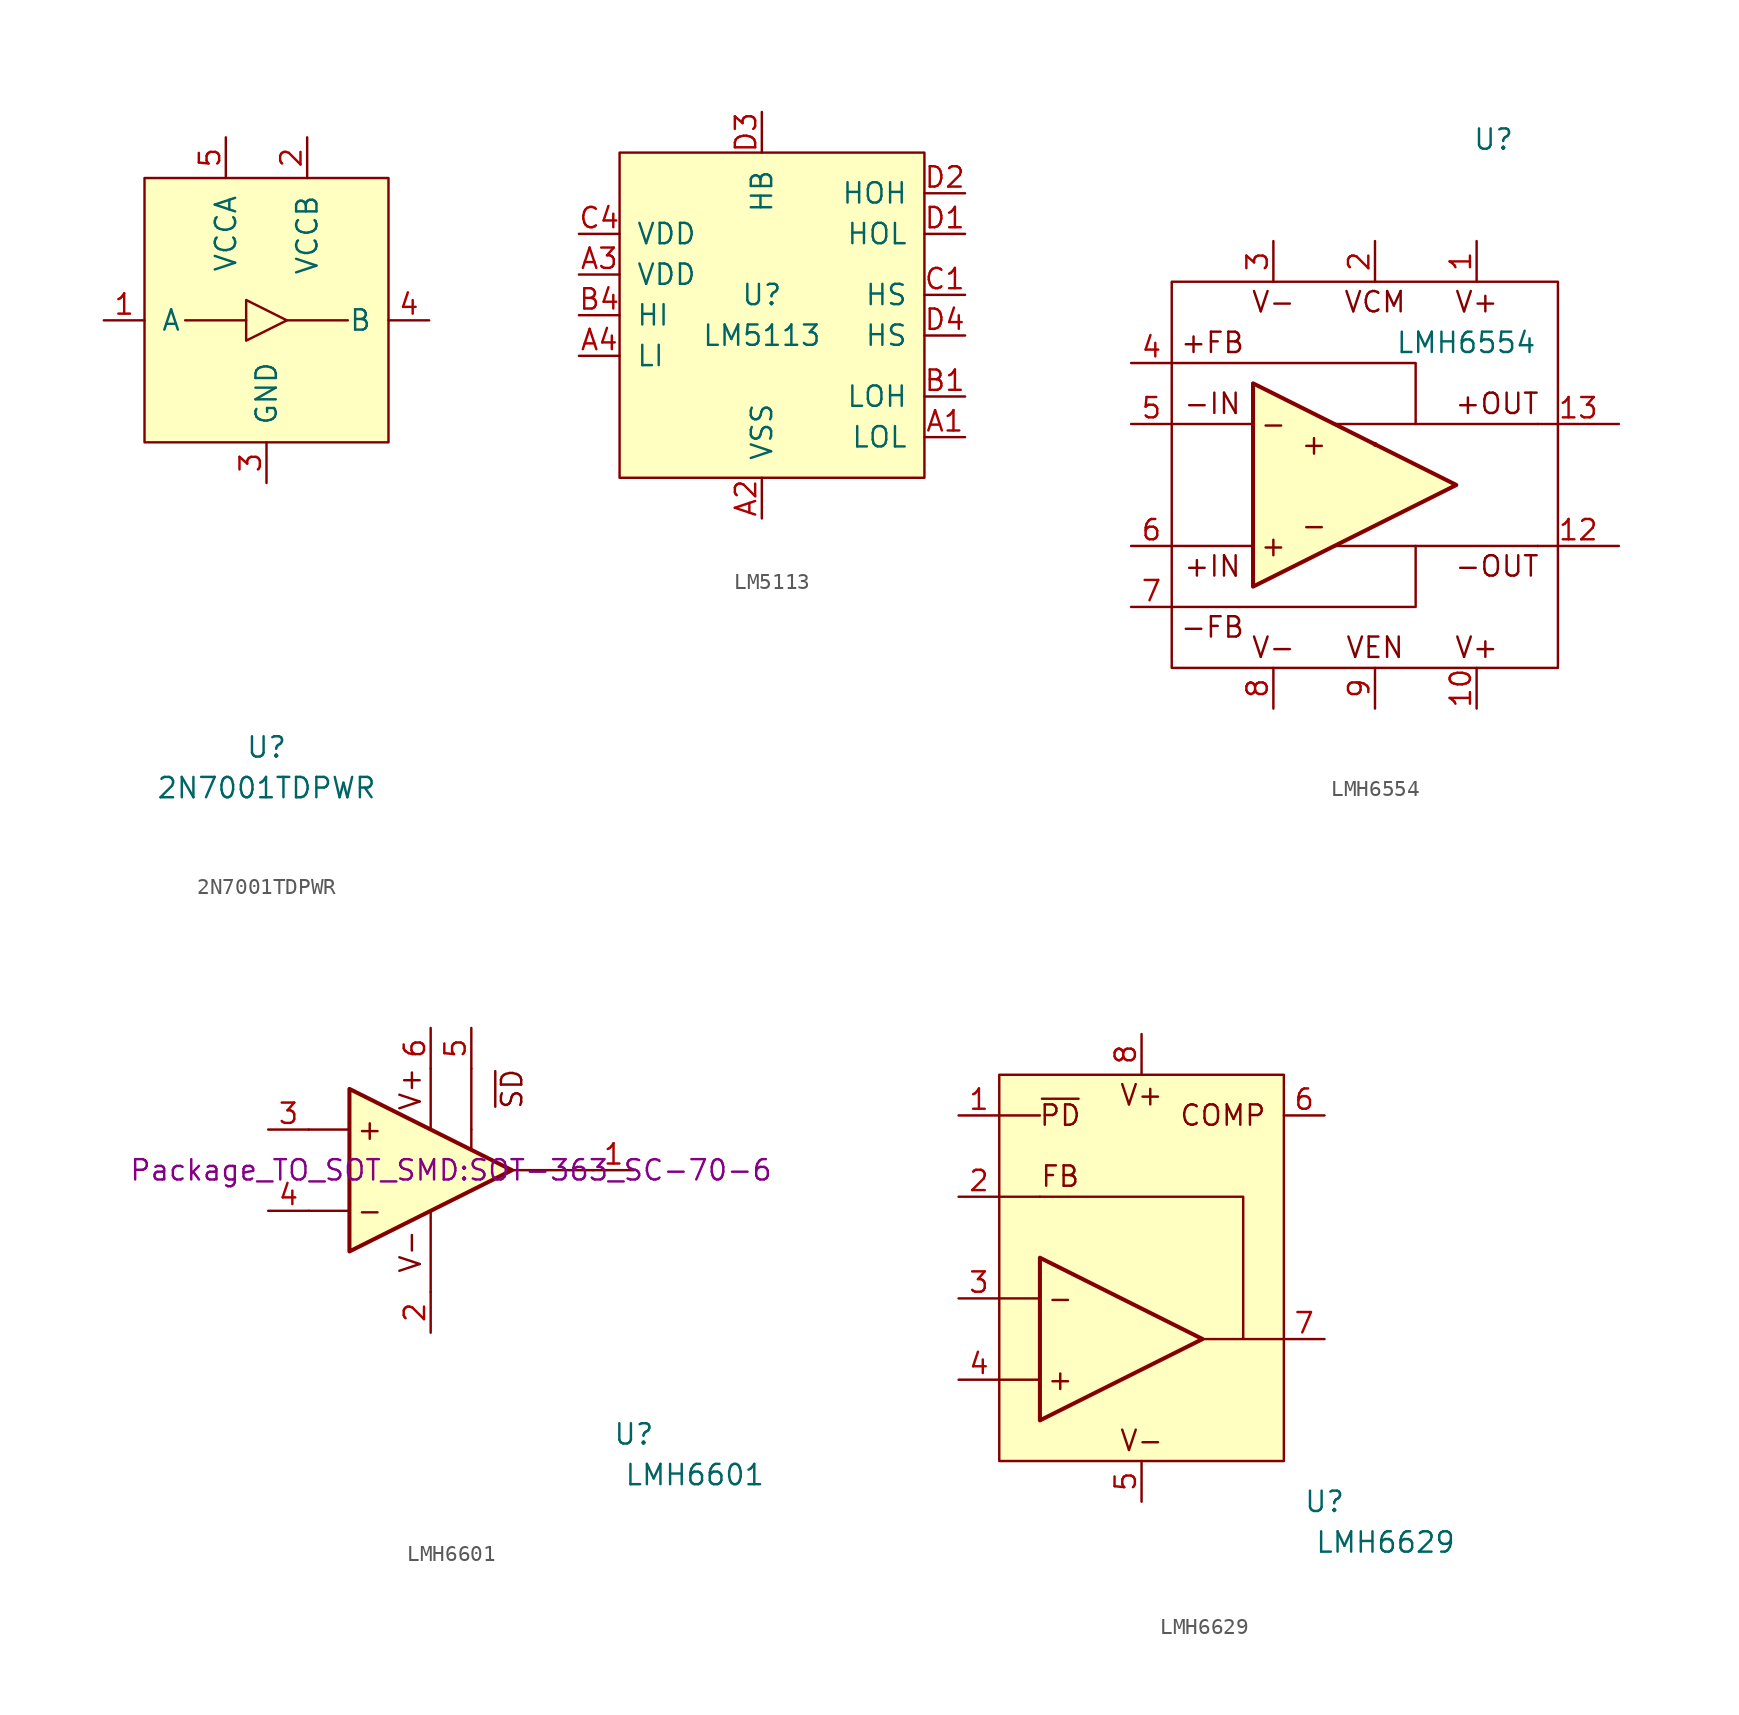
<source format=kicad_sym>
(kicad_symbol_lib
  (version 20220914)
  (generator kicad_symbol_editor)
  (symbol "2N7001TDPWR"
    (pin_names
      (offset 1.016))
    (property "Reference" "U"
      (at 0 -26.67 0)
      (effects (font (size 1.27 1.27))))
    (property "Value" "2N7001TDPWR"
      (at 0 -29.21 0)
      (effects (font (size 1.27 1.27))))
    (symbol "2N7001TDPWR_0_1"
      (rectangle (start -7.62 8.89) (end 7.62 -7.62) (stroke (width 0) (type solid)) (fill (type background)))
      (polyline (pts (xy -1.27 0) (xy -5.08 0)) (stroke (width 0) (type solid)) (fill (type none)))
      (polyline (pts (xy 1.27 0) (xy 5.08 0)) (stroke (width 0) (type solid)) (fill (type none)))
      (polyline (pts (xy -1.27 1.27) (xy -1.27 -1.27) (xy 1.27 0) (xy -1.27 1.27)) (stroke (width 0) (type solid)) (fill (type none))))
    (symbol "2N7001TDPWR_1_1"
      (pin input line (at -10.16 0 0) (length 2.54) (name "A" (effects (font (size 1.27 1.27)))) (number "1" (effects (font (size 1.27 1.27)))))
      (pin power_in line (at 2.54 11.43 270) (length 2.54) (name "VCCB" (effects (font (size 1.27 1.27)))) (number "2" (effects (font (size 1.27 1.27)))))
      (pin power_in line (at 0 -10.16 90) (length 2.54) (name "GND" (effects (font (size 1.27 1.27)))) (number "3" (effects (font (size 1.27 1.27)))))
      (pin output line (at 10.16 0 180) (length 2.54) (name "B" (effects (font (size 1.27 1.27)))) (number "4" (effects (font (size 1.27 1.27)))))
      (pin power_in line (at -2.54 11.43 270) (length 2.54) (name "VCCA" (effects (font (size 1.27 1.27)))) (number "5" (effects (font (size 1.27 1.27)))))))
  (symbol "LM5113"
    (pin_names
      (offset 1.016))
    (property "Reference" "U"
      (at 0 1.27 0)
      (effects (font (size 1.27 1.27))))
    (property "Value" "LM5113"
      (at 0 -1.27 0)
      (effects (font (size 1.27 1.27))))
    (symbol "LM5113_0_1"
      (rectangle (start -8.89 10.16) (end 10.16 -10.16) (stroke (width 0) (type solid)) (fill (type background))))
    (symbol "LM5113_1_1"
      (pin output line (at 12.7 -7.62 180) (length 2.54) (name "LOL" (effects (font (size 1.27 1.27)))) (number "A1" (effects (font (size 1.27 1.27)))))
      (pin power_in line (at 0 -12.7 90) (length 2.54) (name "VSS" (effects (font (size 1.27 1.27)))) (number "A2" (effects (font (size 1.27 1.27)))))
      (pin power_in line (at -11.43 2.54 0) (length 2.54) (name "VDD" (effects (font (size 1.27 1.27)))) (number "A3" (effects (font (size 1.27 1.27)))))
      (pin input line (at -11.43 -2.54 0) (length 2.54) (name "LI" (effects (font (size 1.27 1.27)))) (number "A4" (effects (font (size 1.27 1.27)))))
      (pin output line (at 12.7 -5.08 180) (length 2.54) (name "LOH" (effects (font (size 1.27 1.27)))) (number "B1" (effects (font (size 1.27 1.27)))))
      (pin input line (at -11.43 0 0) (length 2.54) (name "HI" (effects (font (size 1.27 1.27)))) (number "B4" (effects (font (size 1.27 1.27)))))
      (pin passive line (at 12.7 1.27 180) (length 2.54) (name "HS" (effects (font (size 1.27 1.27)))) (number "C1" (effects (font (size 1.27 1.27)))))
      (pin power_in line (at -11.43 5.08 0) (length 2.54) (name "VDD" (effects (font (size 1.27 1.27)))) (number "C4" (effects (font (size 1.27 1.27)))))
      (pin output line (at 12.7 5.08 180) (length 2.54) (name "HOL" (effects (font (size 1.27 1.27)))) (number "D1" (effects (font (size 1.27 1.27)))))
      (pin output line (at 12.7 7.62 180) (length 2.54) (name "HOH" (effects (font (size 1.27 1.27)))) (number "D2" (effects (font (size 1.27 1.27)))))
      (pin output line (at 0 12.7 270) (length 2.54) (name "HB" (effects (font (size 1.27 1.27)))) (number "D3" (effects (font (size 1.27 1.27)))))
      (pin passive line (at 12.7 -1.27 180) (length 2.54) (name "HS" (effects (font (size 1.27 1.27)))) (number "D4" (effects (font (size 1.27 1.27)))))))
  (symbol "LMH6554"
    (pin_names
      (offset 0.254))
    (property "Reference" "U"
      (at 8.636 21.59 0)
      (effects (font (size 1.27 1.27)) (justify left)))
    (property "Value" "LMH6554"
      (at 3.81 8.89 0)
      (effects (font (size 1.27 1.27)) (justify left)))
    (symbol "LMH6554_0_1"
      (polyline (pts (xy -5.08 -3.81) (xy -10.16 -3.81)) (stroke (width 0) (type default)) (fill (type none)))
      (polyline (pts (xy -5.08 3.81) (xy -10.16 3.81)) (stroke (width 0) (type default)) (fill (type none)))
      (polyline (pts (xy 0 -3.81) (xy 12.7 -3.81)) (stroke (width 0) (type default)) (fill (type none)))
      (polyline (pts (xy 0 3.81) (xy 12.7 3.81)) (stroke (width 0) (type default)) (fill (type none)))
      (polyline (pts (xy 7.62 0) (xy -5.08 6.35) (xy -5.08 -6.35) (xy 7.62 0)) (stroke (width 0.254) (type default)) (fill (type background)))
      (circle (center 2.54 2.54) (radius 0.0001) (stroke (width 0) (type default)) (fill (type none))))
    (symbol "LMH6554_1_1"
      (rectangle (start -10.16 12.7) (end 13.97 -11.43) (stroke (width 0) (type default)) (fill (type none)))
      (polyline (pts (xy -10.16 -7.62) (xy 5.08 -7.62) (xy 5.08 -3.81)) (stroke (width 0) (type default)) (fill (type none)))
      (polyline (pts (xy -10.16 7.62) (xy 5.08 7.62) (xy 5.08 3.81)) (stroke (width 0) (type default)) (fill (type none)))
      (text "+" (at -3.81 -3.81 0) (effects (font (size 1.27 1.27))))
      (text "+" (at -1.27 2.54 0) (effects (font (size 1.27 1.27))))
      (text "+FB" (at -7.62 8.89 0) (effects (font (size 1.27 1.27))))
      (text "+IN" (at -7.62 -5.08 0) (effects (font (size 1.27 1.27))))
      (text "+OUT" (at 10.16 5.08 0) (effects (font (size 1.27 1.27))))
      (text "-" (at -3.81 3.81 0) (effects (font (size 1.27 1.27))))
      (text "-" (at -1.27 -2.54 0) (effects (font (size 1.27 1.27))))
      (text "-FB" (at -7.62 -8.89 0) (effects (font (size 1.27 1.27))))
      (text "-IN" (at -7.62 5.08 0) (effects (font (size 1.27 1.27))))
      (text "-OUT" (at 10.16 -5.08 0) (effects (font (size 1.27 1.27))))
      (text "V+" (at 8.89 -10.16 0) (effects (font (size 1.27 1.27))))
      (text "V+" (at 8.89 11.43 0) (effects (font (size 1.27 1.27))))
      (text "V-" (at -3.81 -10.16 0) (effects (font (size 1.27 1.27))))
      (text "V-" (at -3.81 11.43 0) (effects (font (size 1.27 1.27))))
      (text "VCM" (at 2.54 11.43 0) (effects (font (size 1.27 1.27))))
      (text "VEN" (at 2.54 -10.16 0) (effects (font (size 1.27 1.27))))
      (pin power_in line (at 8.89 15.24 270) (length 2.54) (name "V+" (effects (font (size 0 0)))) (number "1" (effects (font (size 1.27 1.27)))))
      (pin power_in line (at 8.89 -13.97 90) (length 2.54) (name "V+" (effects (font (size 0 0)))) (number "10" (effects (font (size 1.27 1.27)))))
      (pin no_connect line (at 5.08 0 180) (length 5.08) hide (name "NC" (effects (font (size 0 0)))) (number "11" (effects (font (size 1.27 1.27)))))
      (pin output line (at 17.78 -3.81 180) (length 5.08) (name "-OUT" (effects (font (size 0 0)))) (number "12" (effects (font (size 1.27 1.27)))))
      (pin output line (at 17.78 3.81 180) (length 5.08) (name "+OUT" (effects (font (size 0 0)))) (number "13" (effects (font (size 1.27 1.27)))))
      (pin no_connect line (at 5.08 0 180) (length 2.54) hide (name "NC" (effects (font (size 1.27 1.27)))) (number "14" (effects (font (size 1.27 1.27)))))
      (pin input line (at 2.54 15.24 270) (length 2.54) (name "VCM" (effects (font (size 0 0)))) (number "2" (effects (font (size 1.27 1.27)))))
      (pin power_in line (at -3.81 15.24 270) (length 2.54) (name "V-" (effects (font (size 0 0)))) (number "3" (effects (font (size 1.27 1.27)))))
      (pin output line (at -12.7 7.62 0) (length 2.54) (name "+FB" (effects (font (size 0 0)))) (number "4" (effects (font (size 1.27 1.27)))))
      (pin input line (at -12.7 3.81 0) (length 2.54) (name "-IN" (effects (font (size 0 0)))) (number "5" (effects (font (size 1.27 1.27)))))
      (pin input line (at -12.7 -3.81 0) (length 2.54) (name "+IN" (effects (font (size 0 0)))) (number "6" (effects (font (size 1.27 1.27)))))
      (pin output line (at -12.7 -7.62 0) (length 2.54) (name "-FB" (effects (font (size 0 0)))) (number "7" (effects (font (size 1.27 1.27)))))
      (pin power_in line (at -3.81 -13.97 90) (length 2.54) (name "V-" (effects (font (size 0 0)))) (number "8" (effects (font (size 1.27 1.27)))))
      (pin input line (at 2.54 -13.97 90) (length 2.54) (name "VEN" (effects (font (size 0 0)))) (number "9" (effects (font (size 1.27 1.27)))))))
  (symbol "LMH6601"
    (pin_names
      (offset 1.016))
    (property "Reference" "U"
      (at 11.43 -16.51 0)
      (effects (font (size 1.27 1.27))))
    (property "Value" "LMH6601"
      (at 15.24 -19.05 0)
      (effects (font (size 1.27 1.27))))
    (property "Footprint" "Package_TO_SOT_SMD:SOT-363_SC-70-6"
      (at 0 0 0)
      (effects (font (size 1.27 1.27))))
    (symbol "LMH6601_0_0"
      (polyline (pts (xy -8.89 -2.54) (xy -6.35 -2.54)) (stroke (width 0) (type solid)) (fill (type none)))
      (polyline (pts (xy -8.89 2.54) (xy -6.35 2.54)) (stroke (width 0) (type solid)) (fill (type none)))
      (polyline (pts (xy -1.27 -7.62) (xy -1.27 -2.54)) (stroke (width 0) (type solid)) (fill (type none)))
      (polyline (pts (xy -1.27 6.35) (xy -1.27 2.54)) (stroke (width 0) (type solid)) (fill (type none)))
      (polyline (pts (xy 1.27 2.54) (xy 1.27 1.27)) (stroke (width 0) (type solid)) (fill (type none)))
      (polyline (pts (xy 1.27 6.35) (xy 1.27 2.54)) (stroke (width 0) (type solid)) (fill (type none)))
      (polyline (pts (xy 3.81 0) (xy 8.89 0)) (stroke (width 0) (type solid)) (fill (type none)))
      (text "+" (at -5.08 2.54 0) (effects (font (size 1.27 1.27))))
      (text "-" (at -5.08 -2.54 0) (effects (font (size 1.27 1.27))))
      (text "V+" (at -2.54 5.08 900) (effects (font (size 1.27 1.27))))
      (text "V-" (at -2.54 -5.08 900) (effects (font (size 1.27 1.27))))
      (text "~{SD}" (at 3.81 5.08 900) (effects (font (size 1.27 1.27)))))
    (symbol "LMH6601_1_1"
      (polyline (pts (xy -6.35 5.08) (xy 3.81 0) (xy -6.35 -5.08) (xy -6.35 5.08)) (stroke (width 0.254) (type solid)) (fill (type background)))
      (pin output line (at 11.43 0 180) (length 2.54) (name "~" (effects (font (size 1.27 1.27)))) (number "1" (effects (font (size 1.27 1.27)))))
      (pin power_in line (at -1.27 -10.16 90) (length 2.54) (name "V-" (effects (font (size 0 0)))) (number "2" (effects (font (size 1.27 1.27)))))
      (pin input line (at -11.43 2.54 0) (length 2.54) (name "+" (effects (font (size 0 0)))) (number "3" (effects (font (size 1.27 1.27)))))
      (pin input line (at -11.43 -2.54 0) (length 2.54) (name "-" (effects (font (size 0 0)))) (number "4" (effects (font (size 1.27 1.27)))))
      (pin input line (at 1.27 8.89 270) (length 2.54) (name "~{SD}" (effects (font (size 0 0)))) (number "5" (effects (font (size 1.27 1.27)))))
      (pin power_in line (at -1.27 8.89 270) (length 2.54) (name "V+" (effects (font (size 0 0)))) (number "6" (effects (font (size 1.27 1.27)))))))
  (symbol "LMH6629"
    (pin_names
      (offset 1.016))
    (property "Reference" "U"
      (at 11.43 -16.51 0)
      (effects (font (size 1.27 1.27))))
    (property "Value" "LMH6629"
      (at 15.24 -19.05 0)
      (effects (font (size 1.27 1.27))))
    (symbol "LMH6629_0_0"
      (rectangle (start -8.89 10.16) (end 8.89 -13.97) (stroke (width 0) (type solid)) (fill (type background)))
      (polyline (pts (xy -8.89 -8.89) (xy -6.35 -8.89)) (stroke (width 0) (type solid)) (fill (type none)))
      (polyline (pts (xy -8.89 -3.81) (xy -6.35 -3.81)) (stroke (width 0) (type solid)) (fill (type none)))
      (polyline (pts (xy -8.89 2.54) (xy -6.35 2.54)) (stroke (width 0) (type solid)) (fill (type none)))
      (polyline (pts (xy -8.89 7.62) (xy -6.35 7.62)) (stroke (width 0) (type solid)) (fill (type none)))
      (polyline (pts (xy -6.35 2.54) (xy 6.35 2.54) (xy 6.35 -6.35) (xy 3.81 -6.35) (xy 8.89 -6.35)) (stroke (width 0) (type solid)) (fill (type none)))
      (text "+" (at -5.08 -8.89 0) (effects (font (size 1.27 1.27))))
      (text "-" (at -5.08 -3.81 0) (effects (font (size 1.27 1.27))))
      (text "COMP" (at 5.08 7.62 0) (effects (font (size 1.27 1.27))))
      (text "FB" (at -5.08 3.81 0) (effects (font (size 1.27 1.27))))
      (text "V+" (at 0 8.89 0) (effects (font (size 1.27 1.27))))
      (text "V-" (at 0 -12.7 0) (effects (font (size 1.27 1.27))))
      (text "~{PD}" (at -5.08 7.62 0) (effects (font (size 1.27 1.27)))))
    (symbol "LMH6629_1_1"
      (polyline (pts (xy -6.35 -11.43) (xy 3.81 -6.35) (xy -6.35 -1.27) (xy -6.35 -11.43)) (stroke (width 0.254) (type solid)) (fill (type background)))
      (pin input line (at -11.43 7.62 0) (length 2.54) (name "~{PD}" (effects (font (size 0 0)))) (number "1" (effects (font (size 1.27 1.27)))))
      (pin bidirectional line (at -11.43 2.54 0) (length 2.54) (name "FB" (effects (font (size 0 0)))) (number "2" (effects (font (size 1.27 1.27)))))
      (pin input line (at -11.43 -3.81 0) (length 2.54) (name "-" (effects (font (size 0 0)))) (number "3" (effects (font (size 1.27 1.27)))))
      (pin input line (at -11.43 -8.89 0) (length 2.54) (name "+" (effects (font (size 0 0)))) (number "4" (effects (font (size 1.27 1.27)))))
      (pin power_in line (at 0 -16.51 90) (length 2.54) (name "V-" (effects (font (size 0 0)))) (number "5" (effects (font (size 1.27 1.27)))))
      (pin input line (at 11.43 7.62 180) (length 2.54) (name "COMP" (effects (font (size 0 0)))) (number "6" (effects (font (size 1.27 1.27)))))
      (pin output line (at 11.43 -6.35 180) (length 2.54) (name "~" (effects (font (size 1.27 1.27)))) (number "7" (effects (font (size 1.27 1.27)))))
      (pin power_in line (at 0 12.7 270) (length 2.54) (name "V+" (effects (font (size 0 0)))) (number "8" (effects (font (size 1.27 1.27)))))
      (pin passive line (at 0 -16.51 90) (length 2.54) hide (name "EP" (effects (font (size 1.27 1.27)))) (number "9" (effects (font (size 1.27 1.27))))))))
</source>
